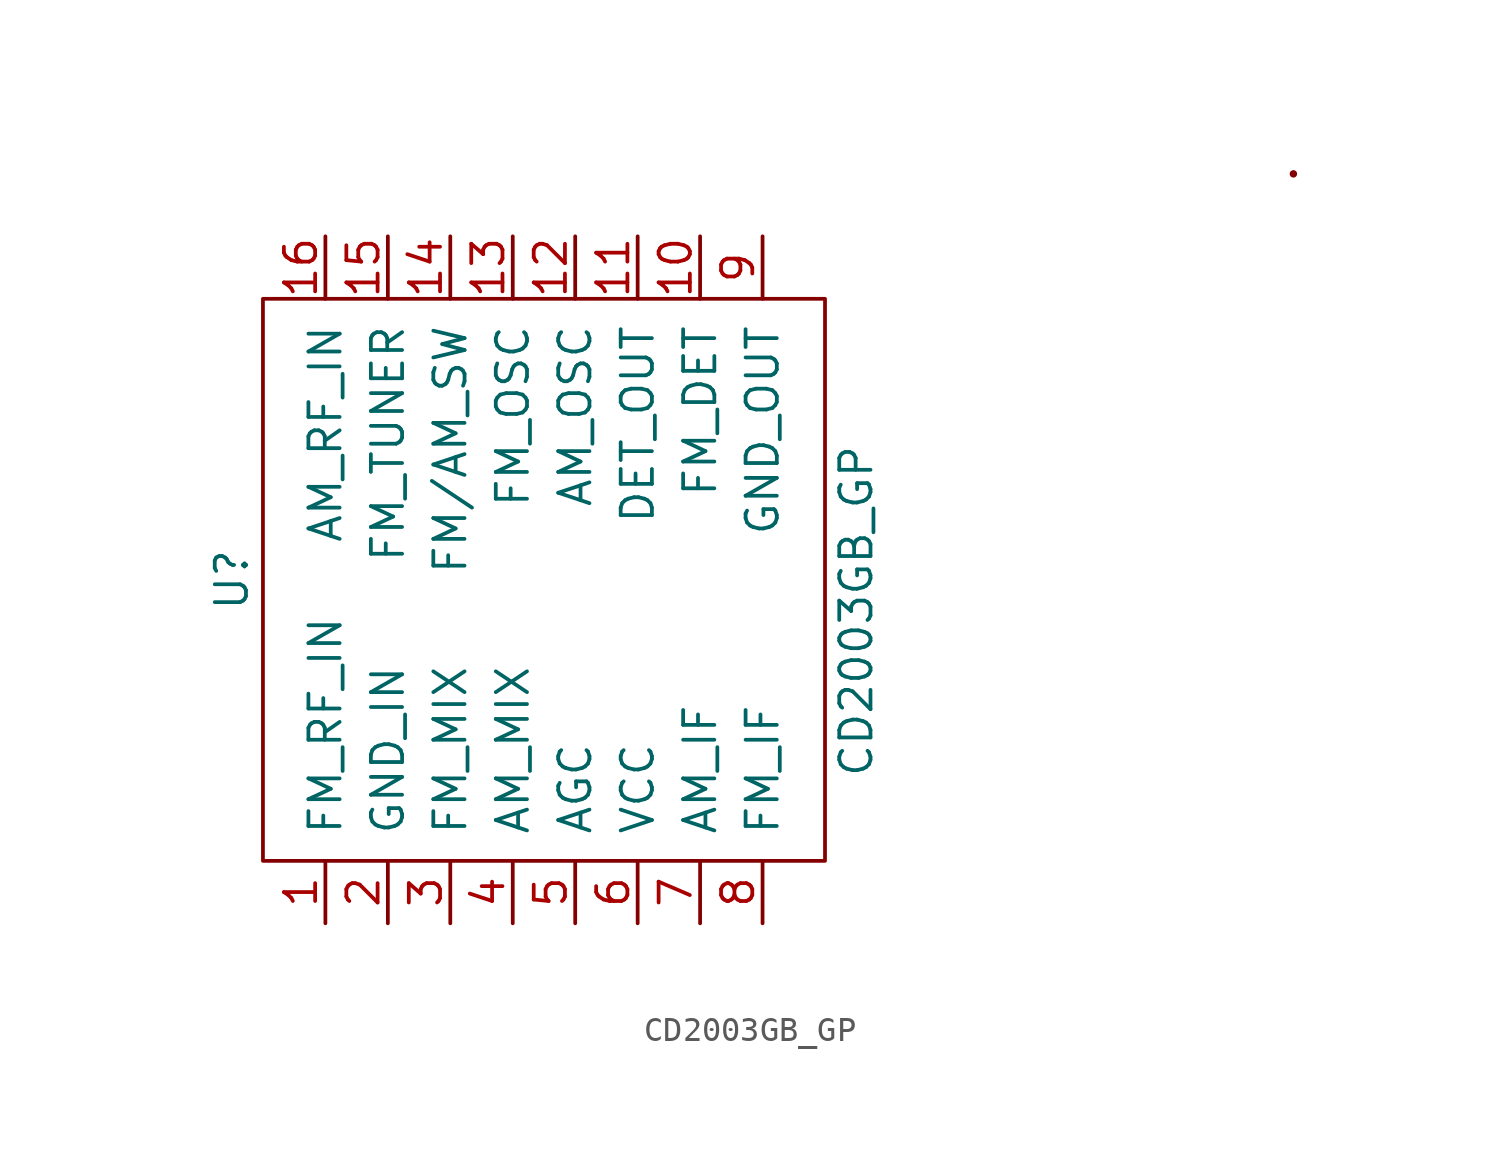
<source format=kicad_sym>
(kicad_symbol_lib
  (version 20241209)
  (generator "kicad_symbol_editor")
  (generator_version "9.0")
  (symbol "CD2003GB_GP"
    (pin_names
      (offset 1.016))
    (property "Reference" "U"
      (at -12.7 6.35 90)
      (effects (font (size 1.27 1.27))))
    (property "Value" "CD2003GB_GP"
      (at 12.7 5.08 90)
      (effects (font (size 1.27 1.27))))
    (symbol "CD2003GB_GP_0_1"
      (rectangle (start -11.43 17.78) (end 11.43 -5.08) (stroke (width 0) (type solid)) (fill (type none)))
      (circle (center 30.48 22.86) (radius 0.0001) (stroke (width 0) (type solid)) (fill (type none))))
    (symbol "CD2003GB_GP_1_1"
      (pin input line (at -8.89 20.32 270) (length 2.54) (name "AM_RF_IN" (effects (font (size 1.27 1.27)))) (number "16" (effects (font (size 1.27 1.27)))))
      (pin input line (at -8.89 -7.62 90) (length 2.54) (name "FM_RF_IN" (effects (font (size 1.27 1.27)))) (number "1" (effects (font (size 1.27 1.27)))))
      (pin input line (at -6.35 20.32 270) (length 2.54) (name "FM_TUNER" (effects (font (size 1.27 1.27)))) (number "15" (effects (font (size 1.27 1.27)))))
      (pin input line (at -6.35 -7.62 90) (length 2.54) (name "GND_IN" (effects (font (size 1.27 1.27)))) (number "2" (effects (font (size 1.27 1.27)))))
      (pin input line (at -3.81 20.32 270) (length 2.54) (name "FM/AM_SW" (effects (font (size 1.27 1.27)))) (number "14" (effects (font (size 1.27 1.27)))))
      (pin input line (at -3.81 -7.62 90) (length 2.54) (name "FM_MIX" (effects (font (size 1.27 1.27)))) (number "3" (effects (font (size 1.27 1.27)))))
      (pin input line (at -1.27 20.32 270) (length 2.54) (name "FM_OSC" (effects (font (size 1.27 1.27)))) (number "13" (effects (font (size 1.27 1.27)))))
      (pin input line (at -1.27 -7.62 90) (length 2.54) (name "AM_MIX" (effects (font (size 1.27 1.27)))) (number "4" (effects (font (size 1.27 1.27)))))
      (pin input line (at 1.27 20.32 270) (length 2.54) (name "AM_OSC" (effects (font (size 1.27 1.27)))) (number "12" (effects (font (size 1.27 1.27)))))
      (pin input line (at 1.27 -7.62 90) (length 2.54) (name "AGC" (effects (font (size 1.27 1.27)))) (number "5" (effects (font (size 1.27 1.27)))))
      (pin input line (at 3.81 20.32 270) (length 2.54) (name "DET_OUT" (effects (font (size 1.27 1.27)))) (number "11" (effects (font (size 1.27 1.27)))))
      (pin input line (at 3.81 -7.62 90) (length 2.54) (name "VCC" (effects (font (size 1.27 1.27)))) (number "6" (effects (font (size 1.27 1.27)))))
      (pin input line (at 6.35 20.32 270) (length 2.54) (name "FM_DET" (effects (font (size 1.27 1.27)))) (number "10" (effects (font (size 1.27 1.27)))))
      (pin input line (at 6.35 -7.62 90) (length 2.54) (name "AM_IF" (effects (font (size 1.27 1.27)))) (number "7" (effects (font (size 1.27 1.27)))))
      (pin input line (at 8.89 20.32 270) (length 2.54) (name "GND_OUT" (effects (font (size 1.27 1.27)))) (number "9" (effects (font (size 1.27 1.27)))))
      (pin input line (at 8.89 -7.62 90) (length 2.54) (name "FM_IF" (effects (font (size 1.27 1.27)))) (number "8" (effects (font (size 1.27 1.27))))))))
</source>
